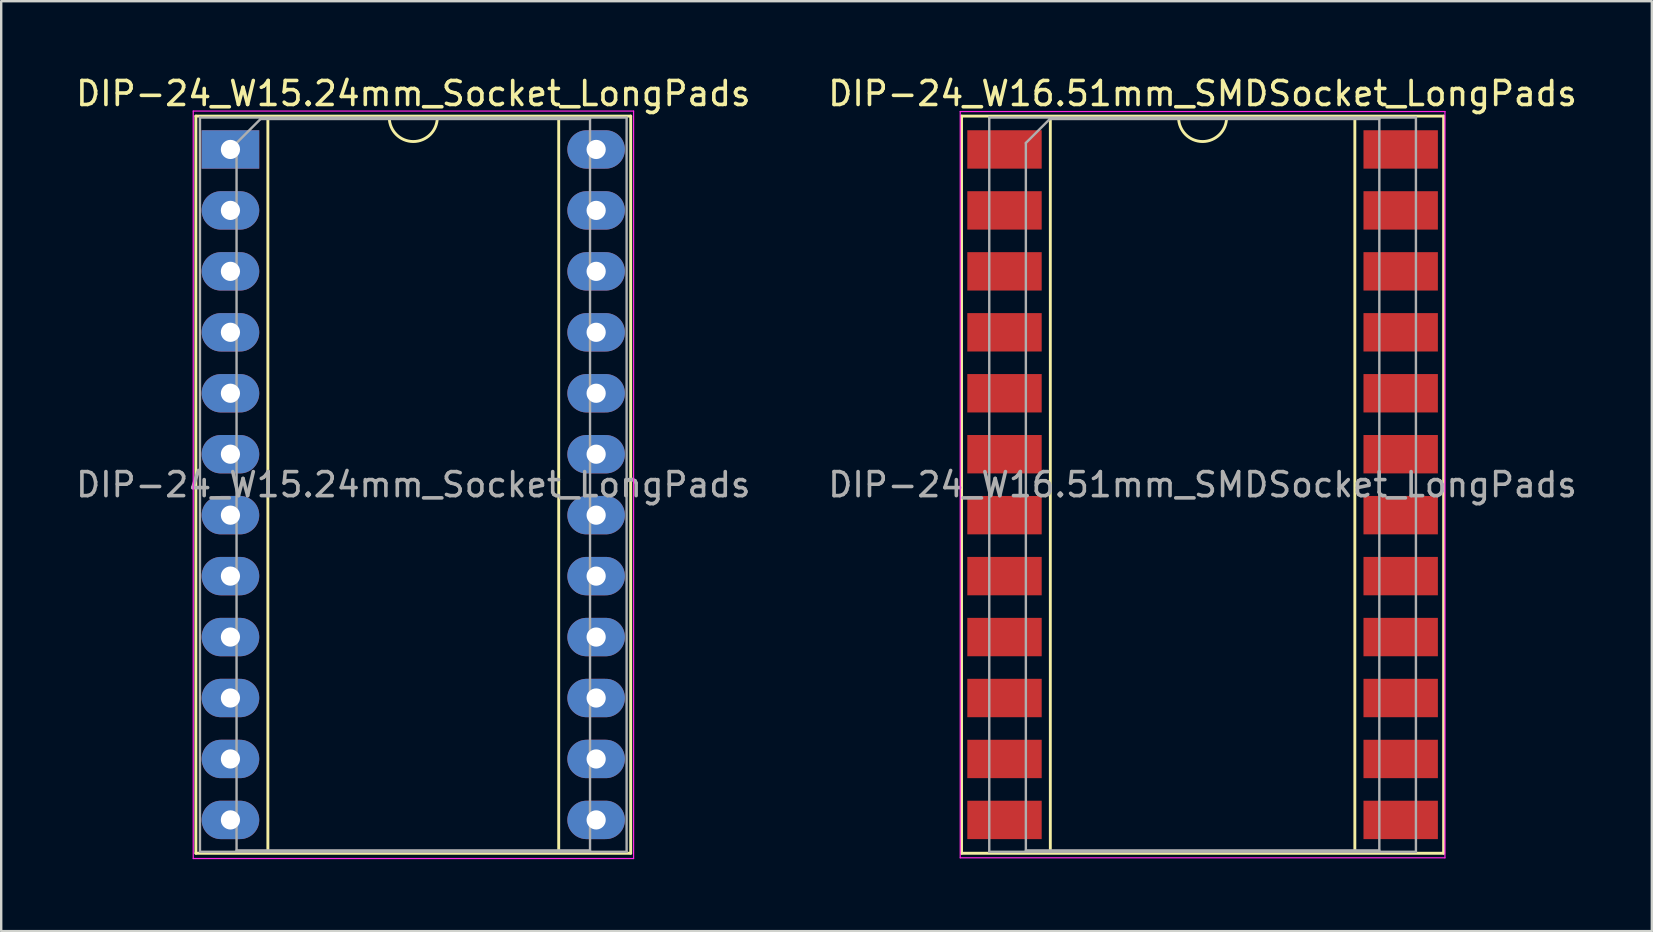
<source format=kicad_pcb>
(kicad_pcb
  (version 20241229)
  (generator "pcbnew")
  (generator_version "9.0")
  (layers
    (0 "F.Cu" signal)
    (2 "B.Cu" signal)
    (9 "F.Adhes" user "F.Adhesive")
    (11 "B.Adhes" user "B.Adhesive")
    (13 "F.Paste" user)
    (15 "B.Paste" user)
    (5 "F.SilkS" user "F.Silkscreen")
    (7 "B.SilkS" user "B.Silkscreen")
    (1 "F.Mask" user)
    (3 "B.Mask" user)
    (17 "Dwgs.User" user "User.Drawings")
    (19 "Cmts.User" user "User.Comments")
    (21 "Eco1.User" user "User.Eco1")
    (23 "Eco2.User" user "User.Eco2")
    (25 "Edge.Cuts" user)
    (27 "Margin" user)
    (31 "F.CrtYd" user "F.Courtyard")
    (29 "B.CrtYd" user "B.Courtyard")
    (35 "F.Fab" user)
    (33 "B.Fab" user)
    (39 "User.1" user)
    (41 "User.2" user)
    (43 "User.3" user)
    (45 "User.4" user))
  (footprint "DIP-24_W16.51mm_SMDSocket_LongPads"
    (layer "F.Cu")
    (at 47.065 17.148)
    (property "Reference" "DIP-24_W16.51mm_SMDSocket_LongPads" (at 0 -16.3 0) (layer "F.SilkS") (effects (font (size 1 1) (thickness 0.15))))
    (attr smd)
    (fp_line (start -10.045 -15.36) (end -10.045 15.36) (stroke (width 0.12) (type solid)) (layer "F.SilkS"))
    (fp_line (start -10.045 15.36) (end 10.045 15.36) (stroke (width 0.12) (type solid)) (layer "F.SilkS"))
    (fp_line (start -6.345 -15.3) (end -6.345 15.3) (stroke (width 0.12) (type solid)) (layer "F.SilkS"))
    (fp_line (start -6.345 15.3) (end 6.345 15.3) (stroke (width 0.12) (type solid)) (layer "F.SilkS"))
    (fp_line (start -1 -15.3) (end -6.345 -15.3) (stroke (width 0.12) (type solid)) (layer "F.SilkS"))
    (fp_line (start 6.345 -15.3) (end 1 -15.3) (stroke (width 0.12) (type solid)) (layer "F.SilkS"))
    (fp_line (start 6.345 15.3) (end 6.345 -15.3) (stroke (width 0.12) (type solid)) (layer "F.SilkS"))
    (fp_line (start 10.045 -15.36) (end -10.045 -15.36) (stroke (width 0.12) (type solid)) (layer "F.SilkS"))
    (fp_line (start 10.045 15.36) (end 10.045 -15.36) (stroke (width 0.12) (type solid)) (layer "F.SilkS"))
    (fp_arc (start 1 -15.3) (mid 0 -14.3) (end -1 -15.3) (stroke (width 0.12) (type solid)) (layer "F.SilkS"))
    (fp_line (start -10.1 -15.55) (end -10.1 15.55) (stroke (width 0.05) (type solid)) (layer "F.CrtYd"))
    (fp_line (start -10.1 15.55) (end 10.1 15.55) (stroke (width 0.05) (type solid)) (layer "F.CrtYd"))
    (fp_line (start 10.1 -15.55) (end -10.1 -15.55) (stroke (width 0.05) (type solid)) (layer "F.CrtYd"))
    (fp_line (start 10.1 15.55) (end 10.1 -15.55) (stroke (width 0.05) (type solid)) (layer "F.CrtYd"))
    (fp_line (start -8.89 -15.3) (end -8.89 15.3) (stroke (width 0.1) (type solid)) (layer "F.Fab"))
    (fp_line (start -8.89 15.3) (end 8.89 15.3) (stroke (width 0.1) (type solid)) (layer "F.Fab"))
    (fp_line (start -7.365 -14.24) (end -6.365 -15.24) (stroke (width 0.1) (type solid)) (layer "F.Fab"))
    (fp_line (start -7.365 15.24) (end -7.365 -14.24) (stroke (width 0.1) (type solid)) (layer "F.Fab"))
    (fp_line (start -6.365 -15.24) (end 7.365 -15.24) (stroke (width 0.1) (type solid)) (layer "F.Fab"))
    (fp_line (start 7.365 -15.24) (end 7.365 15.24) (stroke (width 0.1) (type solid)) (layer "F.Fab"))
    (fp_line (start 7.365 15.24) (end -7.365 15.24) (stroke (width 0.1) (type solid)) (layer "F.Fab"))
    (fp_line (start 8.89 -15.3) (end -8.89 -15.3) (stroke (width 0.1) (type solid)) (layer "F.Fab"))
    (fp_line (start 8.89 15.3) (end 8.89 -15.3) (stroke (width 0.1) (type solid)) (layer "F.Fab"))
    (fp_text user "${REFERENCE}" (at 0 0 0) (layer "F.Fab") (effects (font (size 1 1) (thickness 0.15))))
    (pad "1" smd rect (at -8.255 -13.97) (size 3.1 1.6) (layers "F.Cu" "F.Mask" "F.Paste"))
    (pad "2" smd rect (at -8.255 -11.43) (size 3.1 1.6) (layers "F.Cu" "F.Mask" "F.Paste"))
    (pad "3" smd rect (at -8.255 -8.89) (size 3.1 1.6) (layers "F.Cu" "F.Mask" "F.Paste"))
    (pad "4" smd rect (at -8.255 -6.35) (size 3.1 1.6) (layers "F.Cu" "F.Mask" "F.Paste"))
    (pad "5" smd rect (at -8.255 -3.81) (size 3.1 1.6) (layers "F.Cu" "F.Mask" "F.Paste"))
    (pad "6" smd rect (at -8.255 -1.27) (size 3.1 1.6) (layers "F.Cu" "F.Mask" "F.Paste"))
    (pad "7" smd rect (at -8.255 1.27) (size 3.1 1.6) (layers "F.Cu" "F.Mask" "F.Paste"))
    (pad "8" smd rect (at -8.255 3.81) (size 3.1 1.6) (layers "F.Cu" "F.Mask" "F.Paste"))
    (pad "9" smd rect (at -8.255 6.35) (size 3.1 1.6) (layers "F.Cu" "F.Mask" "F.Paste"))
    (pad "10" smd rect (at -8.255 8.89) (size 3.1 1.6) (layers "F.Cu" "F.Mask" "F.Paste"))
    (pad "11" smd rect (at -8.255 11.43) (size 3.1 1.6) (layers "F.Cu" "F.Mask" "F.Paste"))
    (pad "12" smd rect (at -8.255 13.97) (size 3.1 1.6) (layers "F.Cu" "F.Mask" "F.Paste"))
    (pad "13" smd rect (at 8.255 13.97) (size 3.1 1.6) (layers "F.Cu" "F.Mask" "F.Paste"))
    (pad "14" smd rect (at 8.255 11.43) (size 3.1 1.6) (layers "F.Cu" "F.Mask" "F.Paste"))
    (pad "15" smd rect (at 8.255 8.89) (size 3.1 1.6) (layers "F.Cu" "F.Mask" "F.Paste"))
    (pad "16" smd rect (at 8.255 6.35) (size 3.1 1.6) (layers "F.Cu" "F.Mask" "F.Paste"))
    (pad "17" smd rect (at 8.255 3.81) (size 3.1 1.6) (layers "F.Cu" "F.Mask" "F.Paste"))
    (pad "18" smd rect (at 8.255 1.27) (size 3.1 1.6) (layers "F.Cu" "F.Mask" "F.Paste"))
    (pad "19" smd rect (at 8.255 -1.27) (size 3.1 1.6) (layers "F.Cu" "F.Mask" "F.Paste"))
    (pad "20" smd rect (at 8.255 -3.81) (size 3.1 1.6) (layers "F.Cu" "F.Mask" "F.Paste"))
    (pad "21" smd rect (at 8.255 -6.35) (size 3.1 1.6) (layers "F.Cu" "F.Mask" "F.Paste"))
    (pad "22" smd rect (at 8.255 -8.89) (size 3.1 1.6) (layers "F.Cu" "F.Mask" "F.Paste"))
    (pad "23" smd rect (at 8.255 -11.43) (size 3.1 1.6) (layers "F.Cu" "F.Mask" "F.Paste"))
    (pad "24" smd rect (at 8.255 -13.97) (size 3.1 1.6) (layers "F.Cu" "F.Mask" "F.Paste")))
  (footprint "DIP-24_W15.24mm_Socket_LongPads"
    (layer "F.Cu")
    (at 6.553 3.178)
    (property "Reference" "DIP-24_W15.24mm_Socket_LongPads" (at 7.62 -2.33 0) (layer "F.SilkS") (effects (font (size 1 1) (thickness 0.15))))
    (attr through_hole)
    (fp_line (start -1.44 -1.39) (end -1.44 29.33) (stroke (width 0.12) (type solid)) (layer "F.SilkS"))
    (fp_line (start -1.44 29.33) (end 16.68 29.33) (stroke (width 0.12) (type solid)) (layer "F.SilkS"))
    (fp_line (start 1.56 -1.33) (end 1.56 29.27) (stroke (width 0.12) (type solid)) (layer "F.SilkS"))
    (fp_line (start 1.56 29.27) (end 13.68 29.27) (stroke (width 0.12) (type solid)) (layer "F.SilkS"))
    (fp_line (start 6.62 -1.33) (end 1.56 -1.33) (stroke (width 0.12) (type solid)) (layer "F.SilkS"))
    (fp_line (start 13.68 -1.33) (end 8.62 -1.33) (stroke (width 0.12) (type solid)) (layer "F.SilkS"))
    (fp_line (start 13.68 29.27) (end 13.68 -1.33) (stroke (width 0.12) (type solid)) (layer "F.SilkS"))
    (fp_line (start 16.68 -1.39) (end -1.44 -1.39) (stroke (width 0.12) (type solid)) (layer "F.SilkS"))
    (fp_line (start 16.68 29.33) (end 16.68 -1.39) (stroke (width 0.12) (type solid)) (layer "F.SilkS"))
    (fp_arc (start 8.62 -1.33) (mid 7.62 -0.33) (end 6.62 -1.33) (stroke (width 0.12) (type solid)) (layer "F.SilkS"))
    (fp_line (start -1.55 -1.6) (end -1.55 29.55) (stroke (width 0.05) (type solid)) (layer "F.CrtYd"))
    (fp_line (start -1.55 29.55) (end 16.8 29.55) (stroke (width 0.05) (type solid)) (layer "F.CrtYd"))
    (fp_line (start 16.8 -1.6) (end -1.55 -1.6) (stroke (width 0.05) (type solid)) (layer "F.CrtYd"))
    (fp_line (start 16.8 29.55) (end 16.8 -1.6) (stroke (width 0.05) (type solid)) (layer "F.CrtYd"))
    (fp_line (start -1.27 -1.33) (end -1.27 29.27) (stroke (width 0.1) (type solid)) (layer "F.Fab"))
    (fp_line (start -1.27 29.27) (end 16.51 29.27) (stroke (width 0.1) (type solid)) (layer "F.Fab"))
    (fp_line (start 0.255 -0.27) (end 1.255 -1.27) (stroke (width 0.1) (type solid)) (layer "F.Fab"))
    (fp_line (start 0.255 29.21) (end 0.255 -0.27) (stroke (width 0.1) (type solid)) (layer "F.Fab"))
    (fp_line (start 1.255 -1.27) (end 14.985 -1.27) (stroke (width 0.1) (type solid)) (layer "F.Fab"))
    (fp_line (start 14.985 -1.27) (end 14.985 29.21) (stroke (width 0.1) (type solid)) (layer "F.Fab"))
    (fp_line (start 14.985 29.21) (end 0.255 29.21) (stroke (width 0.1) (type solid)) (layer "F.Fab"))
    (fp_line (start 16.51 -1.33) (end -1.27 -1.33) (stroke (width 0.1) (type solid)) (layer "F.Fab"))
    (fp_line (start 16.51 29.27) (end 16.51 -1.33) (stroke (width 0.1) (type solid)) (layer "F.Fab"))
    (fp_text user "${REFERENCE}" (at 7.62 13.97 0) (layer "F.Fab") (effects (font (size 1 1) (thickness 0.15))))
    (pad "1" thru_hole rect (at 0 0) (size 2.4 1.6) (drill 0.8) (layers "*.Cu" "*.Mask"))
    (pad "2" thru_hole oval (at 0 2.54) (size 2.4 1.6) (drill 0.8) (layers "*.Cu" "*.Mask"))
    (pad "3" thru_hole oval (at 0 5.08) (size 2.4 1.6) (drill 0.8) (layers "*.Cu" "*.Mask"))
    (pad "4" thru_hole oval (at 0 7.62) (size 2.4 1.6) (drill 0.8) (layers "*.Cu" "*.Mask"))
    (pad "5" thru_hole oval (at 0 10.16) (size 2.4 1.6) (drill 0.8) (layers "*.Cu" "*.Mask"))
    (pad "6" thru_hole oval (at 0 12.7) (size 2.4 1.6) (drill 0.8) (layers "*.Cu" "*.Mask"))
    (pad "7" thru_hole oval (at 0 15.24) (size 2.4 1.6) (drill 0.8) (layers "*.Cu" "*.Mask"))
    (pad "8" thru_hole oval (at 0 17.78) (size 2.4 1.6) (drill 0.8) (layers "*.Cu" "*.Mask"))
    (pad "9" thru_hole oval (at 0 20.32) (size 2.4 1.6) (drill 0.8) (layers "*.Cu" "*.Mask"))
    (pad "10" thru_hole oval (at 0 22.86) (size 2.4 1.6) (drill 0.8) (layers "*.Cu" "*.Mask"))
    (pad "11" thru_hole oval (at 0 25.4) (size 2.4 1.6) (drill 0.8) (layers "*.Cu" "*.Mask"))
    (pad "12" thru_hole oval (at 0 27.94) (size 2.4 1.6) (drill 0.8) (layers "*.Cu" "*.Mask"))
    (pad "13" thru_hole oval (at 15.24 27.94) (size 2.4 1.6) (drill 0.8) (layers "*.Cu" "*.Mask"))
    (pad "14" thru_hole oval (at 15.24 25.4) (size 2.4 1.6) (drill 0.8) (layers "*.Cu" "*.Mask"))
    (pad "15" thru_hole oval (at 15.24 22.86) (size 2.4 1.6) (drill 0.8) (layers "*.Cu" "*.Mask"))
    (pad "16" thru_hole oval (at 15.24 20.32) (size 2.4 1.6) (drill 0.8) (layers "*.Cu" "*.Mask"))
    (pad "17" thru_hole oval (at 15.24 17.78) (size 2.4 1.6) (drill 0.8) (layers "*.Cu" "*.Mask"))
    (pad "18" thru_hole oval (at 15.24 15.24) (size 2.4 1.6) (drill 0.8) (layers "*.Cu" "*.Mask"))
    (pad "19" thru_hole oval (at 15.24 12.7) (size 2.4 1.6) (drill 0.8) (layers "*.Cu" "*.Mask"))
    (pad "20" thru_hole oval (at 15.24 10.16) (size 2.4 1.6) (drill 0.8) (layers "*.Cu" "*.Mask"))
    (pad "21" thru_hole oval (at 15.24 7.62) (size 2.4 1.6) (drill 0.8) (layers "*.Cu" "*.Mask"))
    (pad "22" thru_hole oval (at 15.24 5.08) (size 2.4 1.6) (drill 0.8) (layers "*.Cu" "*.Mask"))
    (pad "23" thru_hole oval (at 15.24 2.54) (size 2.4 1.6) (drill 0.8) (layers "*.Cu" "*.Mask"))
    (pad "24" thru_hole oval (at 15.24 0) (size 2.4 1.6) (drill 0.8) (layers "*.Cu" "*.Mask")))
  (gr_rect
    (start -3 -3)
    (end 65.786 35.753)
    (stroke (width 0.1) (type default))
    (fill no)
    (layer "Edge.Cuts")))
</source>
